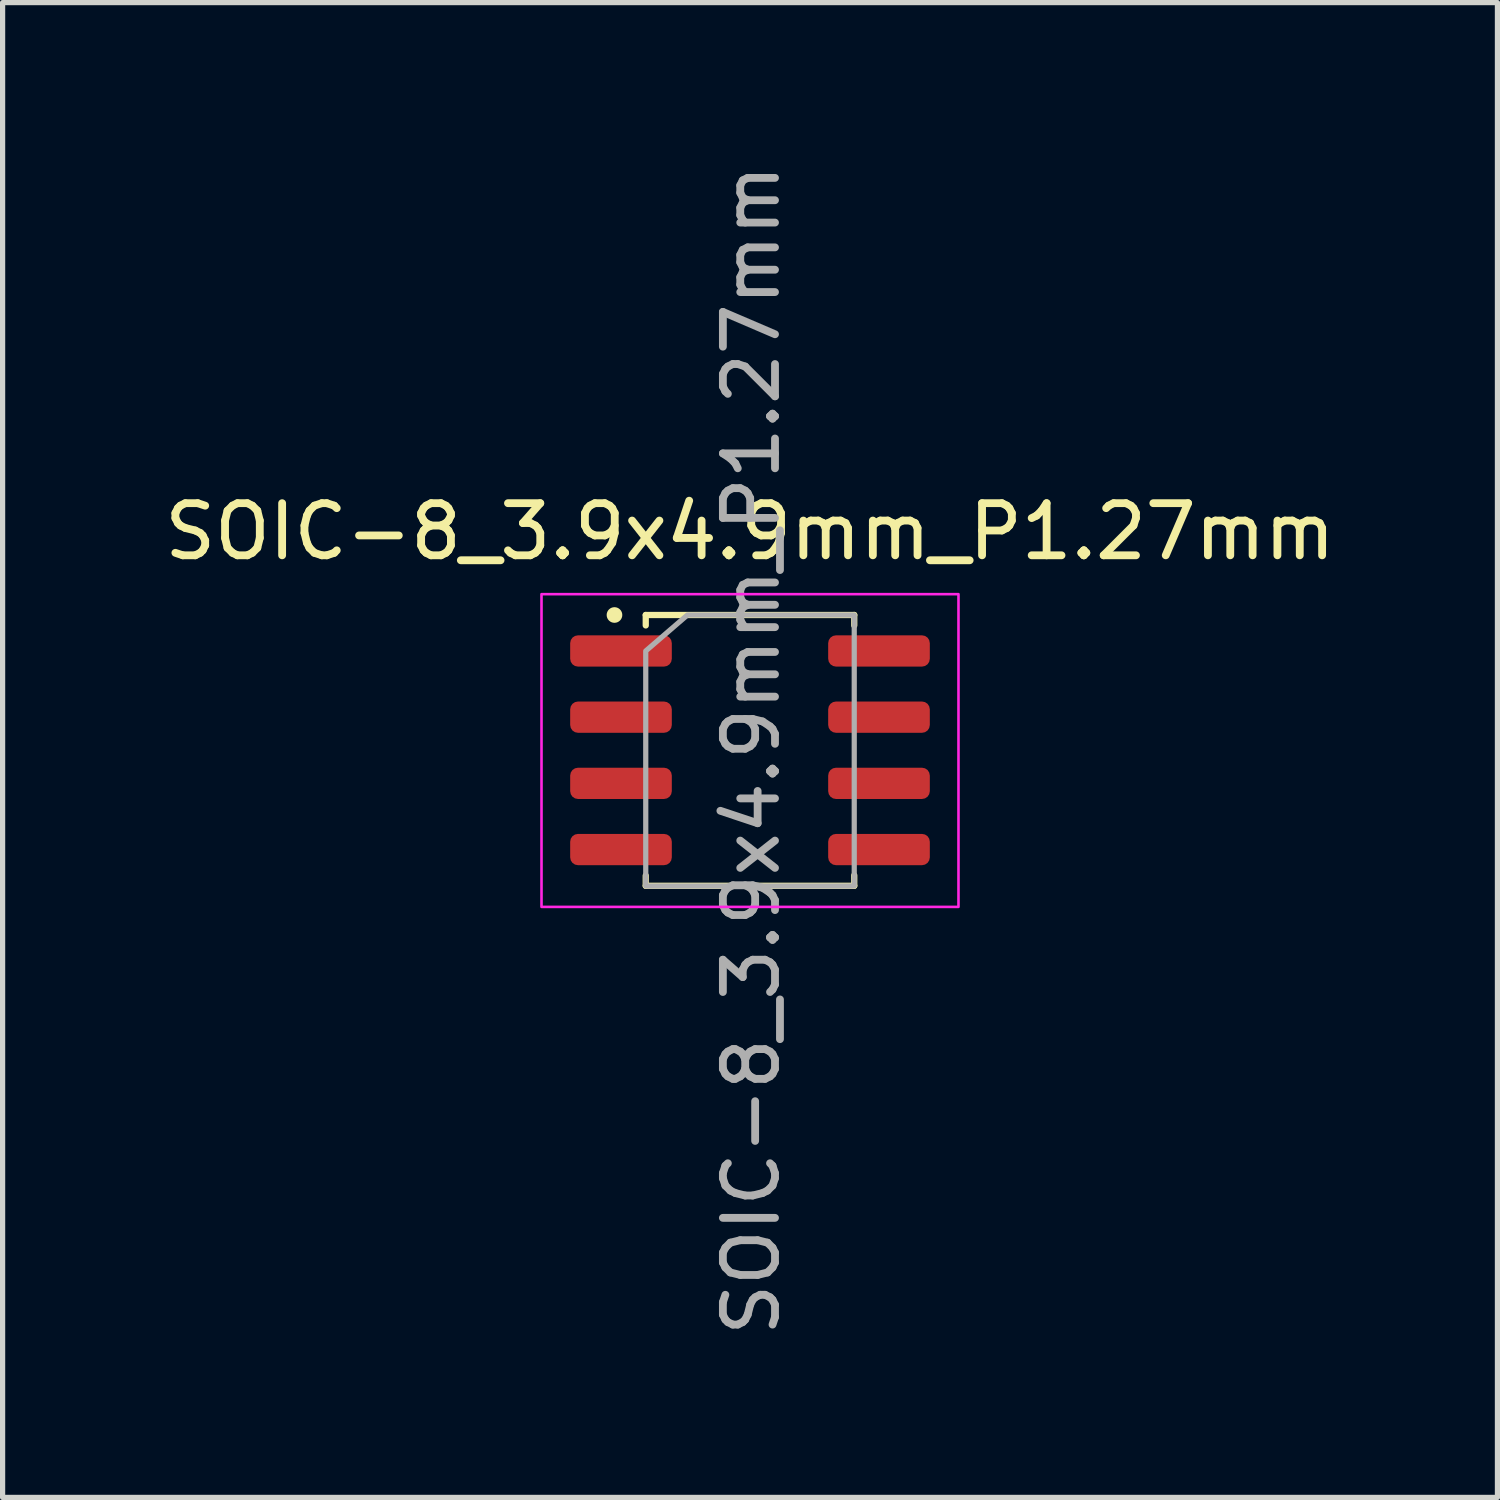
<source format=kicad_pcb>
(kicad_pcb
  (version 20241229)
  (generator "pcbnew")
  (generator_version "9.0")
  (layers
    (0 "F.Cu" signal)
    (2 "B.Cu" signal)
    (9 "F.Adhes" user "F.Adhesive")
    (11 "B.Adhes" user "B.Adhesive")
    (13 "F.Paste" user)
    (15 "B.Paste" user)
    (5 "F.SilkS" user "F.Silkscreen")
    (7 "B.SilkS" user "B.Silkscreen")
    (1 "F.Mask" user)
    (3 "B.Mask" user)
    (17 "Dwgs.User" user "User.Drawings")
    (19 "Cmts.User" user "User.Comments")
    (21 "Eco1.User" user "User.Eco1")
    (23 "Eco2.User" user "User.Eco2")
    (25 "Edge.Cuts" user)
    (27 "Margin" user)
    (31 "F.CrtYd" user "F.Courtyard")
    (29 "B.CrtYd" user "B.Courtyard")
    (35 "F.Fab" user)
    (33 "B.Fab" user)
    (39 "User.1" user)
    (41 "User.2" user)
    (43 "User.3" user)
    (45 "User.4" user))
  (footprint "SOIC-8_3.9x4.9mm_P1.27mm"
    (layer "F.Cu")
    (at 11.339 11.349)
    (property "Reference" "SOIC-8_3.9x4.9mm_P1.27mm" (at 0 -4.2 0) (layer "F.SilkS") (effects (font (size 1 1) (thickness 0.15))))
    (attr smd)
    (fp_line (start -2 -2.6) (end 2 -2.6) (stroke (width 0.12) (type solid)) (layer "F.SilkS"))
    (fp_line (start -2 -2.4) (end -2 -2.6) (stroke (width 0.12) (type solid)) (layer "F.SilkS"))
    (fp_line (start -2 2.595) (end -2 2.4) (stroke (width 0.12) (type solid)) (layer "F.SilkS"))
    (fp_line (start 2 -2.6) (end 2 -2.4) (stroke (width 0.12) (type solid)) (layer "F.SilkS"))
    (fp_line (start 2 2.395) (end 2 2.595) (stroke (width 0.12) (type solid)) (layer "F.SilkS"))
    (fp_line (start 2 2.595) (end -2 2.595) (stroke (width 0.12) (type solid)) (layer "F.SilkS"))
    (fp_circle (center -2.6 -2.6) (end -2.6 -2.5) (stroke (width 0.1) (type default)) (fill yes) (layer "F.SilkS"))
    (fp_rect (start -4 -3) (end 4 3) (stroke (width 0.05) (type default)) (fill no) (layer "F.CrtYd"))
    (fp_poly (pts (xy -2 -1.91) (xy -2 2.6) (xy 2 2.6) (xy 2 -2.6) (xy -1.2 -2.6)) (stroke (width 0.1) (type solid)) (fill no) (layer "F.Fab"))
    (fp_text user "${REFERENCE}" (at 0.025 -0.01 90) (layer "F.Fab") (effects (font (size 1 1) (thickness 0.15))))
    (pad "1" smd roundrect (at -2.475 -1.91) (size 1.95 0.6) (layers "F.Cu" "F.Mask" "F.Paste") (roundrect_rratio 0.25))
    (pad "2" smd roundrect (at -2.475 -0.64) (size 1.95 0.6) (layers "F.Cu" "F.Mask" "F.Paste") (roundrect_rratio 0.25))
    (pad "3" smd roundrect (at -2.475 0.63) (size 1.95 0.6) (layers "F.Cu" "F.Mask" "F.Paste") (roundrect_rratio 0.25))
    (pad "4" smd roundrect (at -2.475 1.9) (size 1.95 0.6) (layers "F.Cu" "F.Mask" "F.Paste") (roundrect_rratio 0.25))
    (pad "5" smd roundrect (at 2.475 1.9) (size 1.95 0.6) (layers "F.Cu" "F.Mask" "F.Paste") (roundrect_rratio 0.25))
    (pad "6" smd roundrect (at 2.475 0.63) (size 1.95 0.6) (layers "F.Cu" "F.Mask" "F.Paste") (roundrect_rratio 0.25))
    (pad "7" smd roundrect (at 2.475 -0.64) (size 1.95 0.6) (layers "F.Cu" "F.Mask" "F.Paste") (roundrect_rratio 0.25))
    (pad "8" smd roundrect (at 2.475 -1.91) (size 1.95 0.6) (layers "F.Cu" "F.Mask" "F.Paste") (roundrect_rratio 0.25)))
  (gr_rect
    (start -3 -3)
    (end 25.679 25.679)
    (stroke (width 0.1) (type default))
    (fill no)
    (layer "Edge.Cuts")))
</source>
